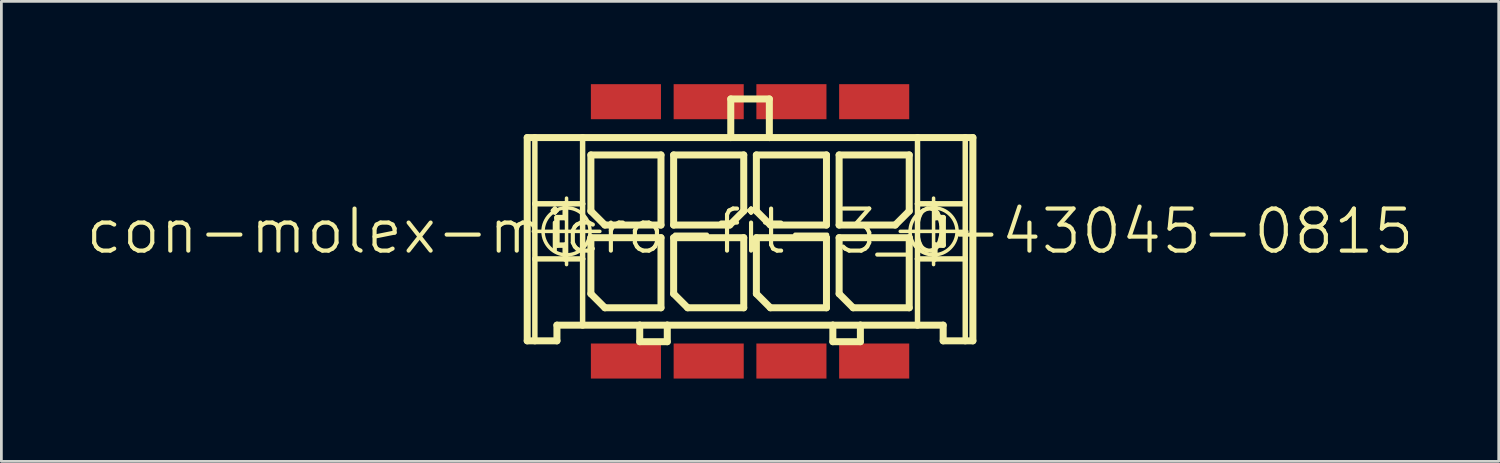
<source format=kicad_pcb>
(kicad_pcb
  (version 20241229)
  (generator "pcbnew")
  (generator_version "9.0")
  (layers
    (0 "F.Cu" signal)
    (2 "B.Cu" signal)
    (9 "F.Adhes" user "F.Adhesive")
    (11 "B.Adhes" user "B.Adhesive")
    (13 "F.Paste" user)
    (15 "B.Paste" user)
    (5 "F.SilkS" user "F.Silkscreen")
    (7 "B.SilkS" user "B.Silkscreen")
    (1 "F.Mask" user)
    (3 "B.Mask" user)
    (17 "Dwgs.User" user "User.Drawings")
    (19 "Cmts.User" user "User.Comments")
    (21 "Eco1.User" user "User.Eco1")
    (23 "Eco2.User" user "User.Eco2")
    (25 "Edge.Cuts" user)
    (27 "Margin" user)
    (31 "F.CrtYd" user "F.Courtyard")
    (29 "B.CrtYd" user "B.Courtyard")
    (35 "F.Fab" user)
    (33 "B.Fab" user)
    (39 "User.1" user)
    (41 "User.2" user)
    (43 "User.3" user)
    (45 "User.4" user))
  (footprint "con-molex-micro-fit-3_0-43045-0815"
    (layer "F.Cu")
    (at 24.13 5.334)
    (property "Reference" "con-molex-micro-fit-3_0-43045-0815" (at 0 0 0) (layer "F.SilkS") (effects (font (size 1.524 1.524) (thickness 0.15))))
    (attr smd)
    (fp_line (start -8.075 -3.399) (end -7.798 -3.399) (stroke (width 0.254) (type solid)) (layer "F.SilkS"))
    (fp_line (start -8.075 3.967) (end -8.075 -3.399) (stroke (width 0.254) (type solid)) (layer "F.SilkS"))
    (fp_line (start -7.854 0) (end -5.443 0) (stroke (width 0.127) (type solid)) (layer "F.SilkS"))
    (fp_line (start -7.798 -3.399) (end -6.068 -3.399) (stroke (width 0.254) (type solid)) (layer "F.SilkS"))
    (fp_line (start -7.798 -0.998) (end -7.798 -3.399) (stroke (width 0.198) (type solid)) (layer "F.SilkS"))
    (fp_line (start -7.798 0.998) (end -7.798 -0.998) (stroke (width 0.198) (type solid)) (layer "F.SilkS"))
    (fp_line (start -7.798 3.967) (end -8.075 3.967) (stroke (width 0.254) (type solid)) (layer "F.SilkS"))
    (fp_line (start -7.798 3.967) (end -7.798 0.998) (stroke (width 0.198) (type solid)) (layer "F.SilkS"))
    (fp_line (start -6.998 -0.498) (end -6.998 0.498) (stroke (width 0.198) (type solid)) (layer "F.SilkS"))
    (fp_line (start -6.998 0.498) (end -6.698 0.498) (stroke (width 0.198) (type solid)) (layer "F.SilkS"))
    (fp_line (start -6.998 3.399) (end -6.998 3.967) (stroke (width 0.254) (type solid)) (layer "F.SilkS"))
    (fp_line (start -6.998 3.967) (end -7.798 3.967) (stroke (width 0.254) (type solid)) (layer "F.SilkS"))
    (fp_line (start -6.698 -0.998) (end -7.798 -0.998) (stroke (width 0.198) (type solid)) (layer "F.SilkS"))
    (fp_line (start -6.698 -0.998) (end -6.698 -0.498) (stroke (width 0.198) (type solid)) (layer "F.SilkS"))
    (fp_line (start -6.698 -0.498) (end -6.998 -0.498) (stroke (width 0.198) (type solid)) (layer "F.SilkS"))
    (fp_line (start -6.698 0.498) (end -6.698 0.998) (stroke (width 0.198) (type solid)) (layer "F.SilkS"))
    (fp_line (start -6.698 0.998) (end -7.798 0.998) (stroke (width 0.198) (type solid)) (layer "F.SilkS"))
    (fp_line (start -6.65 1.204) (end -6.65 -1.204) (stroke (width 0.127) (type solid)) (layer "F.SilkS"))
    (fp_line (start -6.068 -3.399) (end -0.699 -3.399) (stroke (width 0.254) (type solid)) (layer "F.SilkS"))
    (fp_line (start -6.068 -0.998) (end -6.698 -0.998) (stroke (width 0.198) (type solid)) (layer "F.SilkS"))
    (fp_line (start -6.068 -0.998) (end -6.068 -3.399) (stroke (width 0.198) (type solid)) (layer "F.SilkS"))
    (fp_line (start -6.068 0.998) (end -6.698 0.998) (stroke (width 0.198) (type solid)) (layer "F.SilkS"))
    (fp_line (start -6.068 0.998) (end -6.068 -0.998) (stroke (width 0.198) (type solid)) (layer "F.SilkS"))
    (fp_line (start -6.068 3.399) (end -6.998 3.399) (stroke (width 0.254) (type solid)) (layer "F.SilkS"))
    (fp_line (start -6.068 3.399) (end -6.068 0.998) (stroke (width 0.198) (type solid)) (layer "F.SilkS"))
    (fp_line (start -5.768 -2.769) (end -3.228 -2.769) (stroke (width 0.254) (type solid)) (layer "F.SilkS"))
    (fp_line (start -5.768 -0.737) (end -5.768 -2.769) (stroke (width 0.254) (type solid)) (layer "F.SilkS"))
    (fp_line (start -5.768 0.229) (end -3.228 0.229) (stroke (width 0.254) (type solid)) (layer "F.SilkS"))
    (fp_line (start -5.768 2.261) (end -5.768 0.229) (stroke (width 0.254) (type solid)) (layer "F.SilkS"))
    (fp_line (start -5.26 -0.229) (end -5.768 -0.737) (stroke (width 0.254) (type solid)) (layer "F.SilkS"))
    (fp_line (start -5.26 2.769) (end -5.768 2.261) (stroke (width 0.254) (type solid)) (layer "F.SilkS"))
    (fp_line (start -3.998 3.399) (end -6.068 3.399) (stroke (width 0.254) (type solid)) (layer "F.SilkS"))
    (fp_line (start -3.998 3.399) (end -3.998 3.998) (stroke (width 0.254) (type solid)) (layer "F.SilkS"))
    (fp_line (start -3.998 3.998) (end -3 3.998) (stroke (width 0.254) (type solid)) (layer "F.SilkS"))
    (fp_line (start -3.228 -2.769) (end -3.228 -0.229) (stroke (width 0.254) (type solid)) (layer "F.SilkS"))
    (fp_line (start -3.228 -0.229) (end -5.26 -0.229) (stroke (width 0.254) (type solid)) (layer "F.SilkS"))
    (fp_line (start -3.228 0.229) (end -3.228 2.769) (stroke (width 0.254) (type solid)) (layer "F.SilkS"))
    (fp_line (start -3.228 2.769) (end -5.26 2.769) (stroke (width 0.254) (type solid)) (layer "F.SilkS"))
    (fp_line (start -3 3.399) (end -3.998 3.399) (stroke (width 0.254) (type solid)) (layer "F.SilkS"))
    (fp_line (start -3 3.998) (end -3 3.399) (stroke (width 0.254) (type solid)) (layer "F.SilkS"))
    (fp_line (start -2.769 -2.769) (end -2.769 -0.229) (stroke (width 0.254) (type solid)) (layer "F.SilkS"))
    (fp_line (start -2.769 -0.229) (end -0.737 -0.229) (stroke (width 0.254) (type solid)) (layer "F.SilkS"))
    (fp_line (start -2.769 0.229) (end -0.229 0.229) (stroke (width 0.254) (type solid)) (layer "F.SilkS"))
    (fp_line (start -2.769 2.261) (end -2.769 0.229) (stroke (width 0.254) (type solid)) (layer "F.SilkS"))
    (fp_line (start -2.261 2.769) (end -2.769 2.261) (stroke (width 0.254) (type solid)) (layer "F.SilkS"))
    (fp_line (start -0.737 -0.229) (end -0.229 -0.737) (stroke (width 0.254) (type solid)) (layer "F.SilkS"))
    (fp_line (start -0.699 -4.798) (end -0.699 -3.399) (stroke (width 0.254) (type solid)) (layer "F.SilkS"))
    (fp_line (start -0.699 -4.798) (end 0.699 -4.798) (stroke (width 0.254) (type solid)) (layer "F.SilkS"))
    (fp_line (start -0.699 -3.399) (end 0.699 -3.399) (stroke (width 0.254) (type solid)) (layer "F.SilkS"))
    (fp_line (start -0.229 -2.769) (end -2.769 -2.769) (stroke (width 0.254) (type solid)) (layer "F.SilkS"))
    (fp_line (start -0.229 -0.737) (end -0.229 -2.769) (stroke (width 0.254) (type solid)) (layer "F.SilkS"))
    (fp_line (start -0.229 0.229) (end -0.229 2.769) (stroke (width 0.254) (type solid)) (layer "F.SilkS"))
    (fp_line (start -0.229 2.769) (end -2.261 2.769) (stroke (width 0.254) (type solid)) (layer "F.SilkS"))
    (fp_line (start 0.229 -2.769) (end 2.769 -2.769) (stroke (width 0.254) (type solid)) (layer "F.SilkS"))
    (fp_line (start 0.229 -0.737) (end 0.229 -2.769) (stroke (width 0.254) (type solid)) (layer "F.SilkS"))
    (fp_line (start 0.229 0.229) (end 2.769 0.229) (stroke (width 0.254) (type solid)) (layer "F.SilkS"))
    (fp_line (start 0.229 2.261) (end 0.229 0.229) (stroke (width 0.254) (type solid)) (layer "F.SilkS"))
    (fp_line (start 0.699 -4.798) (end 0.699 -3.399) (stroke (width 0.254) (type solid)) (layer "F.SilkS"))
    (fp_line (start 0.699 -3.399) (end 6.068 -3.399) (stroke (width 0.254) (type solid)) (layer "F.SilkS"))
    (fp_line (start 0.737 -0.229) (end 0.229 -0.737) (stroke (width 0.254) (type solid)) (layer "F.SilkS"))
    (fp_line (start 0.737 2.769) (end 0.229 2.261) (stroke (width 0.254) (type solid)) (layer "F.SilkS"))
    (fp_line (start 2.769 -2.769) (end 2.769 -0.229) (stroke (width 0.254) (type solid)) (layer "F.SilkS"))
    (fp_line (start 2.769 -0.229) (end 0.737 -0.229) (stroke (width 0.254) (type solid)) (layer "F.SilkS"))
    (fp_line (start 2.769 0.229) (end 2.769 2.769) (stroke (width 0.254) (type solid)) (layer "F.SilkS"))
    (fp_line (start 2.769 2.769) (end 0.737 2.769) (stroke (width 0.254) (type solid)) (layer "F.SilkS"))
    (fp_line (start 3 3.399) (end -3 3.399) (stroke (width 0.254) (type solid)) (layer "F.SilkS"))
    (fp_line (start 3 3.399) (end 3 3.998) (stroke (width 0.254) (type solid)) (layer "F.SilkS"))
    (fp_line (start 3 3.998) (end 3.998 3.998) (stroke (width 0.254) (type solid)) (layer "F.SilkS"))
    (fp_line (start 3.228 -2.769) (end 3.228 -0.229) (stroke (width 0.254) (type solid)) (layer "F.SilkS"))
    (fp_line (start 3.228 -0.229) (end 5.26 -0.229) (stroke (width 0.254) (type solid)) (layer "F.SilkS"))
    (fp_line (start 3.228 0.229) (end 5.768 0.229) (stroke (width 0.254) (type solid)) (layer "F.SilkS"))
    (fp_line (start 3.228 2.261) (end 3.228 0.229) (stroke (width 0.254) (type solid)) (layer "F.SilkS"))
    (fp_line (start 3.736 2.769) (end 3.228 2.261) (stroke (width 0.254) (type solid)) (layer "F.SilkS"))
    (fp_line (start 3.998 3.399) (end 3 3.399) (stroke (width 0.254) (type solid)) (layer "F.SilkS"))
    (fp_line (start 3.998 3.998) (end 3.998 3.399) (stroke (width 0.254) (type solid)) (layer "F.SilkS"))
    (fp_line (start 5.26 -0.229) (end 5.768 -0.737) (stroke (width 0.254) (type solid)) (layer "F.SilkS"))
    (fp_line (start 5.443 0) (end 7.854 0) (stroke (width 0.127) (type solid)) (layer "F.SilkS"))
    (fp_line (start 5.768 -2.769) (end 3.228 -2.769) (stroke (width 0.254) (type solid)) (layer "F.SilkS"))
    (fp_line (start 5.768 -0.737) (end 5.768 -2.769) (stroke (width 0.254) (type solid)) (layer "F.SilkS"))
    (fp_line (start 5.768 0.229) (end 5.768 2.769) (stroke (width 0.254) (type solid)) (layer "F.SilkS"))
    (fp_line (start 5.768 2.769) (end 3.736 2.769) (stroke (width 0.254) (type solid)) (layer "F.SilkS"))
    (fp_line (start 6.068 -3.399) (end 6.068 -0.998) (stroke (width 0.198) (type solid)) (layer "F.SilkS"))
    (fp_line (start 6.068 -3.399) (end 7.798 -3.399) (stroke (width 0.254) (type solid)) (layer "F.SilkS"))
    (fp_line (start 6.068 -0.998) (end 6.068 0.998) (stroke (width 0.198) (type solid)) (layer "F.SilkS"))
    (fp_line (start 6.068 -0.998) (end 6.698 -0.998) (stroke (width 0.198) (type solid)) (layer "F.SilkS"))
    (fp_line (start 6.068 0.998) (end 6.068 3.399) (stroke (width 0.198) (type solid)) (layer "F.SilkS"))
    (fp_line (start 6.068 0.998) (end 6.698 0.998) (stroke (width 0.198) (type solid)) (layer "F.SilkS"))
    (fp_line (start 6.068 3.399) (end 3.998 3.399) (stroke (width 0.254) (type solid)) (layer "F.SilkS"))
    (fp_line (start 6.65 1.204) (end 6.65 -1.204) (stroke (width 0.127) (type solid)) (layer "F.SilkS"))
    (fp_line (start 6.698 -0.998) (end 6.698 -0.498) (stroke (width 0.198) (type solid)) (layer "F.SilkS"))
    (fp_line (start 6.698 -0.998) (end 7.798 -0.998) (stroke (width 0.198) (type solid)) (layer "F.SilkS"))
    (fp_line (start 6.698 -0.498) (end 6.998 -0.498) (stroke (width 0.198) (type solid)) (layer "F.SilkS"))
    (fp_line (start 6.698 0.498) (end 6.698 0.998) (stroke (width 0.198) (type solid)) (layer "F.SilkS"))
    (fp_line (start 6.698 0.998) (end 7.798 0.998) (stroke (width 0.198) (type solid)) (layer "F.SilkS"))
    (fp_line (start 6.998 -0.498) (end 6.998 0.498) (stroke (width 0.198) (type solid)) (layer "F.SilkS"))
    (fp_line (start 6.998 0.498) (end 6.698 0.498) (stroke (width 0.198) (type solid)) (layer "F.SilkS"))
    (fp_line (start 6.998 3.399) (end 6.068 3.399) (stroke (width 0.254) (type solid)) (layer "F.SilkS"))
    (fp_line (start 6.998 3.967) (end 6.998 3.399) (stroke (width 0.254) (type solid)) (layer "F.SilkS"))
    (fp_line (start 6.998 3.967) (end 7.798 3.967) (stroke (width 0.254) (type solid)) (layer "F.SilkS"))
    (fp_line (start 7.798 -3.399) (end 8.075 -3.399) (stroke (width 0.254) (type solid)) (layer "F.SilkS"))
    (fp_line (start 7.798 -0.998) (end 7.798 -3.399) (stroke (width 0.198) (type solid)) (layer "F.SilkS"))
    (fp_line (start 7.798 0.998) (end 7.798 -0.998) (stroke (width 0.198) (type solid)) (layer "F.SilkS"))
    (fp_line (start 7.798 3.967) (end 7.798 0.998) (stroke (width 0.198) (type solid)) (layer "F.SilkS"))
    (fp_line (start 7.798 3.967) (end 8.075 3.967) (stroke (width 0.254) (type solid)) (layer "F.SilkS"))
    (fp_line (start 8.075 -3.399) (end 8.075 3.967) (stroke (width 0.254) (type solid)) (layer "F.SilkS"))
    (fp_circle (center -6.65 0) (end -7.252 0.602) (stroke (width 0.127) (type solid)) (fill no) (layer "F.SilkS"))
    (fp_circle (center 6.65 0) (end 7.252 0.602) (stroke (width 0.127) (type solid)) (fill no) (layer "F.SilkS"))
    (pad "P$1" smd rect (at 4.498 4.699) (size 2.54 1.27) (layers "F.Cu" "F.Mask" "F.Paste"))
    (pad "P$2" smd rect (at 1.499 4.699) (size 2.54 1.27) (layers "F.Cu" "F.Mask" "F.Paste"))
    (pad "P$3" smd rect (at -1.499 4.699) (size 2.54 1.27) (layers "F.Cu" "F.Mask" "F.Paste"))
    (pad "P$4" smd rect (at -4.498 4.699) (size 2.54 1.27) (layers "F.Cu" "F.Mask" "F.Paste"))
    (pad "P$5" smd rect (at 4.498 -4.699) (size 2.54 1.27) (layers "F.Cu" "F.Mask" "F.Paste"))
    (pad "P$6" smd rect (at 1.499 -4.699) (size 2.54 1.27) (layers "F.Cu" "F.Mask" "F.Paste"))
    (pad "P$7" smd rect (at -1.499 -4.699) (size 2.54 1.27) (layers "F.Cu" "F.Mask" "F.Paste"))
    (pad "P$8" smd rect (at -4.498 -4.699) (size 2.54 1.27) (layers "F.Cu" "F.Mask" "F.Paste")))
  (gr_rect
    (start -3 -3)
    (end 51.26 13.668)
    (stroke (width 0.1) (type default))
    (fill no)
    (layer "Edge.Cuts")))
</source>
